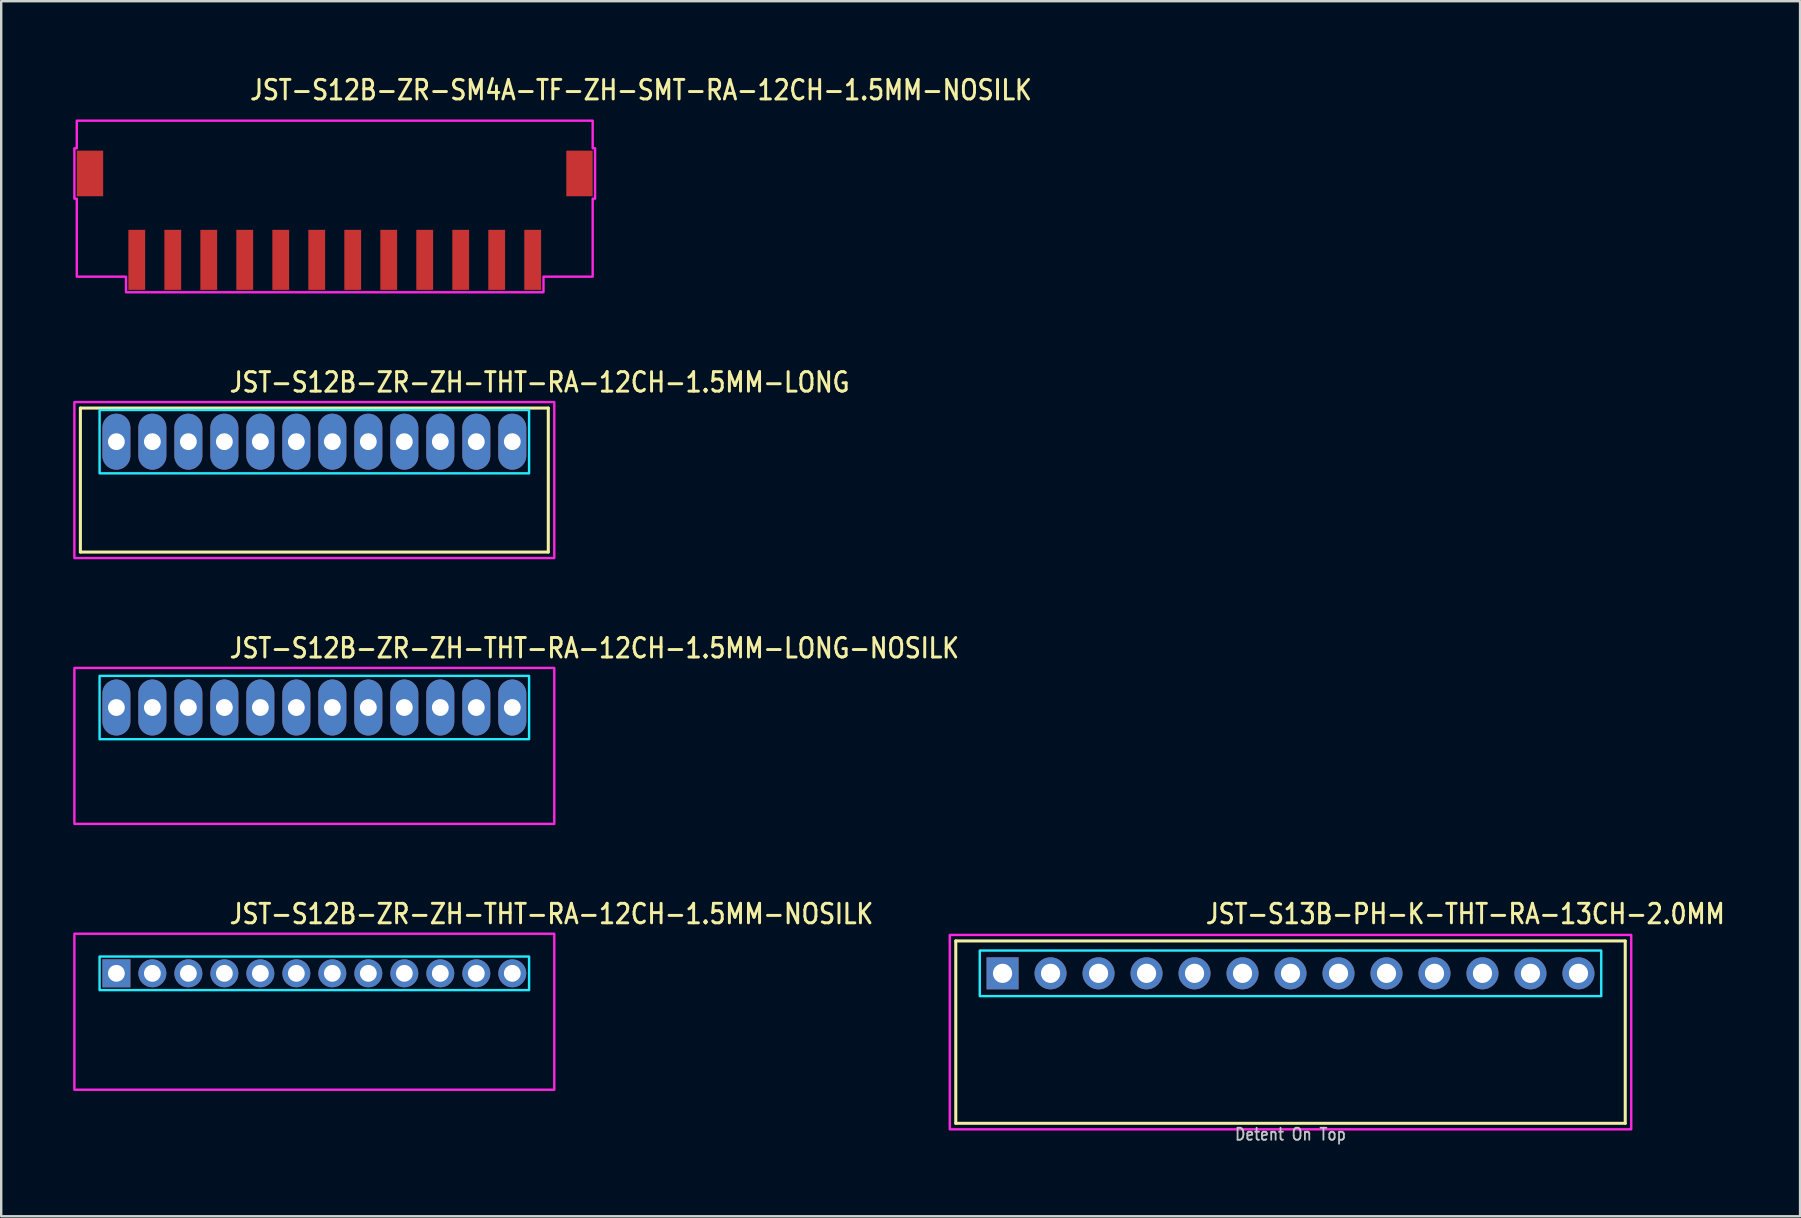
<source format=kicad_pcb>
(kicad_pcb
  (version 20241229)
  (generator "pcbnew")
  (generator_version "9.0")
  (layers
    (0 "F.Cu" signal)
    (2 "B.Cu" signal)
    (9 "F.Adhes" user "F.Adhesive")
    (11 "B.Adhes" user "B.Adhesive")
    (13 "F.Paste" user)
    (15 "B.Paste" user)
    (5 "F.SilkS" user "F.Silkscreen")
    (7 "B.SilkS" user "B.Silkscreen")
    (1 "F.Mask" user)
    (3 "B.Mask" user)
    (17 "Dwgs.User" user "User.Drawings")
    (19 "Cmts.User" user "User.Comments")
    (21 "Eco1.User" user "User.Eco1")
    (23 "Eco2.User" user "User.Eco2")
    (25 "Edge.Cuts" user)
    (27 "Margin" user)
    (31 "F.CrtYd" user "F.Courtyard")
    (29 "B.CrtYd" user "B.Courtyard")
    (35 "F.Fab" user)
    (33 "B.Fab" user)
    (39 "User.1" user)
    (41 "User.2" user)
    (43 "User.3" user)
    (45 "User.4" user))
  (footprint "JST-S12B-ZR-ZH-THT-RA-12CH-1.5MM-LONG-NOSILK"
    (layer "F.Cu")
    (at 10.05 26.436)
    (property "Reference" "JST-S12B-ZR-ZH-THT-RA-12CH-1.5MM-LONG-NOSILK" (at -3.6 -2 0) (unlocked yes) (layer "F.SilkS") (effects (font (size 0.813 0.695) (thickness 0.122)) (justify left bottom)))
    (fp_poly (pts (xy -8.95 -1.32) (xy -8.95 1.32) (xy 8.95 1.32) (xy 8.95 -1.32)) (stroke (width 0.1) (type solid)) (fill no) (layer "B.CrtYd"))
    (fp_poly (pts (xy -10 -1.65) (xy -10 4.85) (xy 10 4.85) (xy 10 -1.65)) (stroke (width 0.1) (type solid)) (fill no) (layer "F.CrtYd"))
    (pad "P$1" thru_hole oval (at -8.25 0 90) (size 2.333 1.167) (drill 0.7) (layers "*.Cu" "*.Mask"))
    (pad "P$2" thru_hole oval (at -6.75 0 90) (size 2.333 1.167) (drill 0.7) (layers "*.Cu" "*.Mask"))
    (pad "P$3" thru_hole oval (at -5.25 0 90) (size 2.333 1.167) (drill 0.7) (layers "*.Cu" "*.Mask"))
    (pad "P$4" thru_hole oval (at -3.75 0 90) (size 2.333 1.167) (drill 0.7) (layers "*.Cu" "*.Mask"))
    (pad "P$5" thru_hole oval (at -2.25 0 90) (size 2.333 1.167) (drill 0.7) (layers "*.Cu" "*.Mask"))
    (pad "P$6" thru_hole oval (at -0.75 0 90) (size 2.333 1.167) (drill 0.7) (layers "*.Cu" "*.Mask"))
    (pad "P$7" thru_hole oval (at 0.75 0 90) (size 2.333 1.167) (drill 0.7) (layers "*.Cu" "*.Mask"))
    (pad "P$8" thru_hole oval (at 2.25 0 90) (size 2.333 1.167) (drill 0.7) (layers "*.Cu" "*.Mask"))
    (pad "P$9" thru_hole oval (at 3.75 0 90) (size 2.333 1.167) (drill 0.7) (layers "*.Cu" "*.Mask"))
    (pad "P$10" thru_hole oval (at 5.25 0 90) (size 2.333 1.167) (drill 0.7) (layers "*.Cu" "*.Mask"))
    (pad "P$11" thru_hole oval (at 6.75 0 90) (size 2.333 1.167) (drill 0.7) (layers "*.Cu" "*.Mask"))
    (pad "P$12" thru_hole oval (at 8.25 0 90) (size 2.333 1.167) (drill 0.7) (layers "*.Cu" "*.Mask")))
  (footprint "JST-S13B-PH-K-THT-RA-13CH-2.0MM"
    (layer "F.Cu")
    (at 50.732 37.514)
    (property "Reference" "JST-S13B-PH-K-THT-RA-13CH-2.0MM" (at -3.6 -2 0) (unlocked yes) (layer "F.SilkS") (effects (font (size 0.813 0.695) (thickness 0.122)) (justify left bottom)))
    (fp_line (start -13.95 -1.35) (end 13.95 -1.35) (stroke (width 0.127) (type solid)) (layer "F.SilkS"))
    (fp_line (start -13.95 6.25) (end -13.95 -1.35) (stroke (width 0.127) (type solid)) (layer "F.SilkS"))
    (fp_line (start -13.95 6.25) (end 13.95 6.25) (stroke (width 0.127) (type solid)) (layer "F.SilkS"))
    (fp_line (start 13.95 -1.35) (end 13.95 6.25) (stroke (width 0.127) (type solid)) (layer "F.SilkS"))
    (fp_poly (pts (xy -12.95 -0.95) (xy -12.95 0.95) (xy 12.95 0.95) (xy 12.95 -0.95)) (stroke (width 0.1) (type solid)) (fill no) (layer "B.CrtYd"))
    (fp_poly (pts (xy -14.2 -1.6) (xy -14.2 6.5) (xy 14.2 6.5) (xy 14.2 -1.6)) (stroke (width 0.1) (type solid)) (fill no) (layer "F.CrtYd"))
    (fp_text user "Detent On Top" (at 0 7 0) (unlocked yes) (layer "Dwgs.User") (effects (font (size 0.5 0.427) (thickness 0.075)) (justify bottom)))
    (pad "P$1" thru_hole rect (at -12 0) (size 1.333 1.333) (drill 0.8) (layers "*.Cu" "*.Mask"))
    (pad "P$2" thru_hole oval (at -10 0) (size 1.333 1.333) (drill 0.8) (layers "*.Cu" "*.Mask"))
    (pad "P$3" thru_hole oval (at -8 0) (size 1.333 1.333) (drill 0.8) (layers "*.Cu" "*.Mask"))
    (pad "P$4" thru_hole oval (at -6 0) (size 1.333 1.333) (drill 0.8) (layers "*.Cu" "*.Mask"))
    (pad "P$5" thru_hole oval (at -4 0) (size 1.333 1.333) (drill 0.8) (layers "*.Cu" "*.Mask"))
    (pad "P$6" thru_hole oval (at -2 0) (size 1.333 1.333) (drill 0.8) (layers "*.Cu" "*.Mask"))
    (pad "P$7" thru_hole oval (at 0 0) (size 1.333 1.333) (drill 0.8) (layers "*.Cu" "*.Mask"))
    (pad "P$8" thru_hole oval (at 2 0) (size 1.333 1.333) (drill 0.8) (layers "*.Cu" "*.Mask"))
    (pad "P$9" thru_hole oval (at 4 0) (size 1.333 1.333) (drill 0.8) (layers "*.Cu" "*.Mask"))
    (pad "P$10" thru_hole oval (at 6 0) (size 1.333 1.333) (drill 0.8) (layers "*.Cu" "*.Mask"))
    (pad "P$11" thru_hole oval (at 8 0) (size 1.333 1.333) (drill 0.8) (layers "*.Cu" "*.Mask"))
    (pad "P$12" thru_hole oval (at 10 0) (size 1.333 1.333) (drill 0.8) (layers "*.Cu" "*.Mask"))
    (pad "P$13" thru_hole oval (at 12 0) (size 1.333 1.333) (drill 0.8) (layers "*.Cu" "*.Mask")))
  (footprint "JST-S12B-ZR-ZH-THT-RA-12CH-1.5MM-LONG"
    (layer "F.Cu")
    (at 10.05 15.357)
    (property "Reference" "JST-S12B-ZR-ZH-THT-RA-12CH-1.5MM-LONG" (at -3.6 -2 0) (unlocked yes) (layer "F.SilkS") (effects (font (size 0.813 0.695) (thickness 0.122)) (justify left bottom)))
    (fp_line (start -9.75 -1.4) (end 9.75 -1.4) (stroke (width 0.127) (type solid)) (layer "F.SilkS"))
    (fp_line (start -9.75 4.6) (end -9.75 -1.4) (stroke (width 0.127) (type solid)) (layer "F.SilkS"))
    (fp_line (start -9.75 4.6) (end 9.75 4.6) (stroke (width 0.127) (type solid)) (layer "F.SilkS"))
    (fp_line (start 9.75 -1.4) (end 9.75 4.6) (stroke (width 0.127) (type solid)) (layer "F.SilkS"))
    (fp_poly (pts (xy -8.95 -1.32) (xy -8.95 1.32) (xy 8.95 1.32) (xy 8.95 -1.32)) (stroke (width 0.1) (type solid)) (fill no) (layer "B.CrtYd"))
    (fp_poly (pts (xy -10 -1.65) (xy -10 4.85) (xy 10 4.85) (xy 10 -1.65)) (stroke (width 0.1) (type solid)) (fill no) (layer "F.CrtYd"))
    (pad "P$1" thru_hole oval (at -8.25 0 90) (size 2.333 1.167) (drill 0.7) (layers "*.Cu" "*.Mask"))
    (pad "P$2" thru_hole oval (at -6.75 0 90) (size 2.333 1.167) (drill 0.7) (layers "*.Cu" "*.Mask"))
    (pad "P$3" thru_hole oval (at -5.25 0 90) (size 2.333 1.167) (drill 0.7) (layers "*.Cu" "*.Mask"))
    (pad "P$4" thru_hole oval (at -3.75 0 90) (size 2.333 1.167) (drill 0.7) (layers "*.Cu" "*.Mask"))
    (pad "P$5" thru_hole oval (at -2.25 0 90) (size 2.333 1.167) (drill 0.7) (layers "*.Cu" "*.Mask"))
    (pad "P$6" thru_hole oval (at -0.75 0 90) (size 2.333 1.167) (drill 0.7) (layers "*.Cu" "*.Mask"))
    (pad "P$7" thru_hole oval (at 0.75 0 90) (size 2.333 1.167) (drill 0.7) (layers "*.Cu" "*.Mask"))
    (pad "P$8" thru_hole oval (at 2.25 0 90) (size 2.333 1.167) (drill 0.7) (layers "*.Cu" "*.Mask"))
    (pad "P$9" thru_hole oval (at 3.75 0 90) (size 2.333 1.167) (drill 0.7) (layers "*.Cu" "*.Mask"))
    (pad "P$10" thru_hole oval (at 5.25 0 90) (size 2.333 1.167) (drill 0.7) (layers "*.Cu" "*.Mask"))
    (pad "P$11" thru_hole oval (at 6.75 0 90) (size 2.333 1.167) (drill 0.7) (layers "*.Cu" "*.Mask"))
    (pad "P$12" thru_hole oval (at 8.25 0 90) (size 2.333 1.167) (drill 0.7) (layers "*.Cu" "*.Mask")))
  (footprint "JST-S12B-ZR-ZH-THT-RA-12CH-1.5MM-NOSILK"
    (layer "F.Cu")
    (at 10.05 37.514)
    (property "Reference" "JST-S12B-ZR-ZH-THT-RA-12CH-1.5MM-NOSILK" (at -3.6 -2 0) (unlocked yes) (layer "F.SilkS") (effects (font (size 0.813 0.695) (thickness 0.122)) (justify left bottom)))
    (fp_poly (pts (xy -8.95 -0.7) (xy -8.95 0.7) (xy 8.95 0.7) (xy 8.95 -0.7)) (stroke (width 0.1) (type solid)) (fill no) (layer "B.CrtYd"))
    (fp_poly (pts (xy -10 -1.65) (xy -10 4.85) (xy 10 4.85) (xy 10 -1.65)) (stroke (width 0.1) (type solid)) (fill no) (layer "F.CrtYd"))
    (pad "P$1" thru_hole rect (at -8.25 0) (size 1.167 1.167) (drill 0.7) (layers "*.Cu" "*.Mask"))
    (pad "P$2" thru_hole oval (at -6.75 0) (size 1.167 1.167) (drill 0.7) (layers "*.Cu" "*.Mask"))
    (pad "P$3" thru_hole oval (at -5.25 0) (size 1.167 1.167) (drill 0.7) (layers "*.Cu" "*.Mask"))
    (pad "P$4" thru_hole oval (at -3.75 0) (size 1.167 1.167) (drill 0.7) (layers "*.Cu" "*.Mask"))
    (pad "P$5" thru_hole oval (at -2.25 0) (size 1.167 1.167) (drill 0.7) (layers "*.Cu" "*.Mask"))
    (pad "P$6" thru_hole oval (at -0.75 0) (size 1.167 1.167) (drill 0.7) (layers "*.Cu" "*.Mask"))
    (pad "P$7" thru_hole oval (at 0.75 0) (size 1.167 1.167) (drill 0.7) (layers "*.Cu" "*.Mask"))
    (pad "P$8" thru_hole oval (at 2.25 0) (size 1.167 1.167) (drill 0.7) (layers "*.Cu" "*.Mask"))
    (pad "P$9" thru_hole oval (at 3.75 0) (size 1.167 1.167) (drill 0.7) (layers "*.Cu" "*.Mask"))
    (pad "P$10" thru_hole oval (at 5.25 0) (size 1.167 1.167) (drill 0.7) (layers "*.Cu" "*.Mask"))
    (pad "P$11" thru_hole oval (at 6.75 0) (size 1.167 1.167) (drill 0.7) (layers "*.Cu" "*.Mask"))
    (pad "P$12" thru_hole oval (at 8.25 0) (size 1.167 1.167) (drill 0.7) (layers "*.Cu" "*.Mask")))
  (footprint "JST-S12B-ZR-SM4A-TF-ZH-SMT-RA-12CH-1.5MM-NOSILK"
    (layer "F.Cu")
    (at 10.9 4.179)
    (property "Reference" "JST-S12B-ZR-SM4A-TF-ZH-SMT-RA-12CH-1.5MM-NOSILK" (at -3.6 -3 0) (unlocked yes) (layer "F.SilkS") (effects (font (size 0.813 0.695) (thickness 0.122)) (justify left bottom)))
    (fp_poly (pts (xy -10.75 -2.2) (xy -10.75 -1.05) (xy -10.85 -1.05) (xy -10.85 1.05) (xy -10.75 1.05) (xy -10.75 4.3) (xy -8.7 4.3) (xy -8.7 4.95) (xy 8.7 4.95) (xy 8.7 4.3) (xy 10.75 4.3) (xy 10.75 1.05) (xy 10.85 1.05) (xy 10.85 -1.05) (xy 10.75 -1.05) (xy 10.75 -2.2)) (stroke (width 0.1) (type solid)) (fill no) (layer "F.CrtYd"))
    (pad "P$1" smd rect (at 8.25 3.6) (size 0.7 2.5) (layers "F.Cu" "F.Mask" "F.Paste"))
    (pad "P$2" smd rect (at 6.75 3.6) (size 0.7 2.5) (layers "F.Cu" "F.Mask" "F.Paste"))
    (pad "P$3" smd rect (at 5.25 3.6) (size 0.7 2.5) (layers "F.Cu" "F.Mask" "F.Paste"))
    (pad "P$4" smd rect (at 3.75 3.6) (size 0.7 2.5) (layers "F.Cu" "F.Mask" "F.Paste"))
    (pad "P$5" smd rect (at 2.25 3.6) (size 0.7 2.5) (layers "F.Cu" "F.Mask" "F.Paste"))
    (pad "P$6" smd rect (at 0.75 3.6) (size 0.7 2.5) (layers "F.Cu" "F.Mask" "F.Paste"))
    (pad "P$7" smd rect (at -0.75 3.6) (size 0.7 2.5) (layers "F.Cu" "F.Mask" "F.Paste"))
    (pad "P$8" smd rect (at -2.25 3.6) (size 0.7 2.5) (layers "F.Cu" "F.Mask" "F.Paste"))
    (pad "P$9" smd rect (at -3.75 3.6) (size 0.7 2.5) (layers "F.Cu" "F.Mask" "F.Paste"))
    (pad "P$10" smd rect (at -5.25 3.6) (size 0.7 2.5) (layers "F.Cu" "F.Mask" "F.Paste"))
    (pad "P$11" smd rect (at -6.75 3.6) (size 0.7 2.5) (layers "F.Cu" "F.Mask" "F.Paste"))
    (pad "P$12" smd rect (at -8.25 3.6) (size 0.7 2.5) (layers "F.Cu" "F.Mask" "F.Paste"))
    (pad "S$1" smd rect (at -10.2 0) (size 1.1 1.9) (layers "F.Cu" "F.Mask" "F.Paste"))
    (pad "S$2" smd rect (at 10.2 0) (size 1.1 1.9) (layers "F.Cu" "F.Mask" "F.Paste")))
  (gr_rect
    (start -3 -3)
    (end 71.968 47.637)
    (stroke (width 0.1) (type default))
    (fill no)
    (layer "Edge.Cuts")))
</source>
